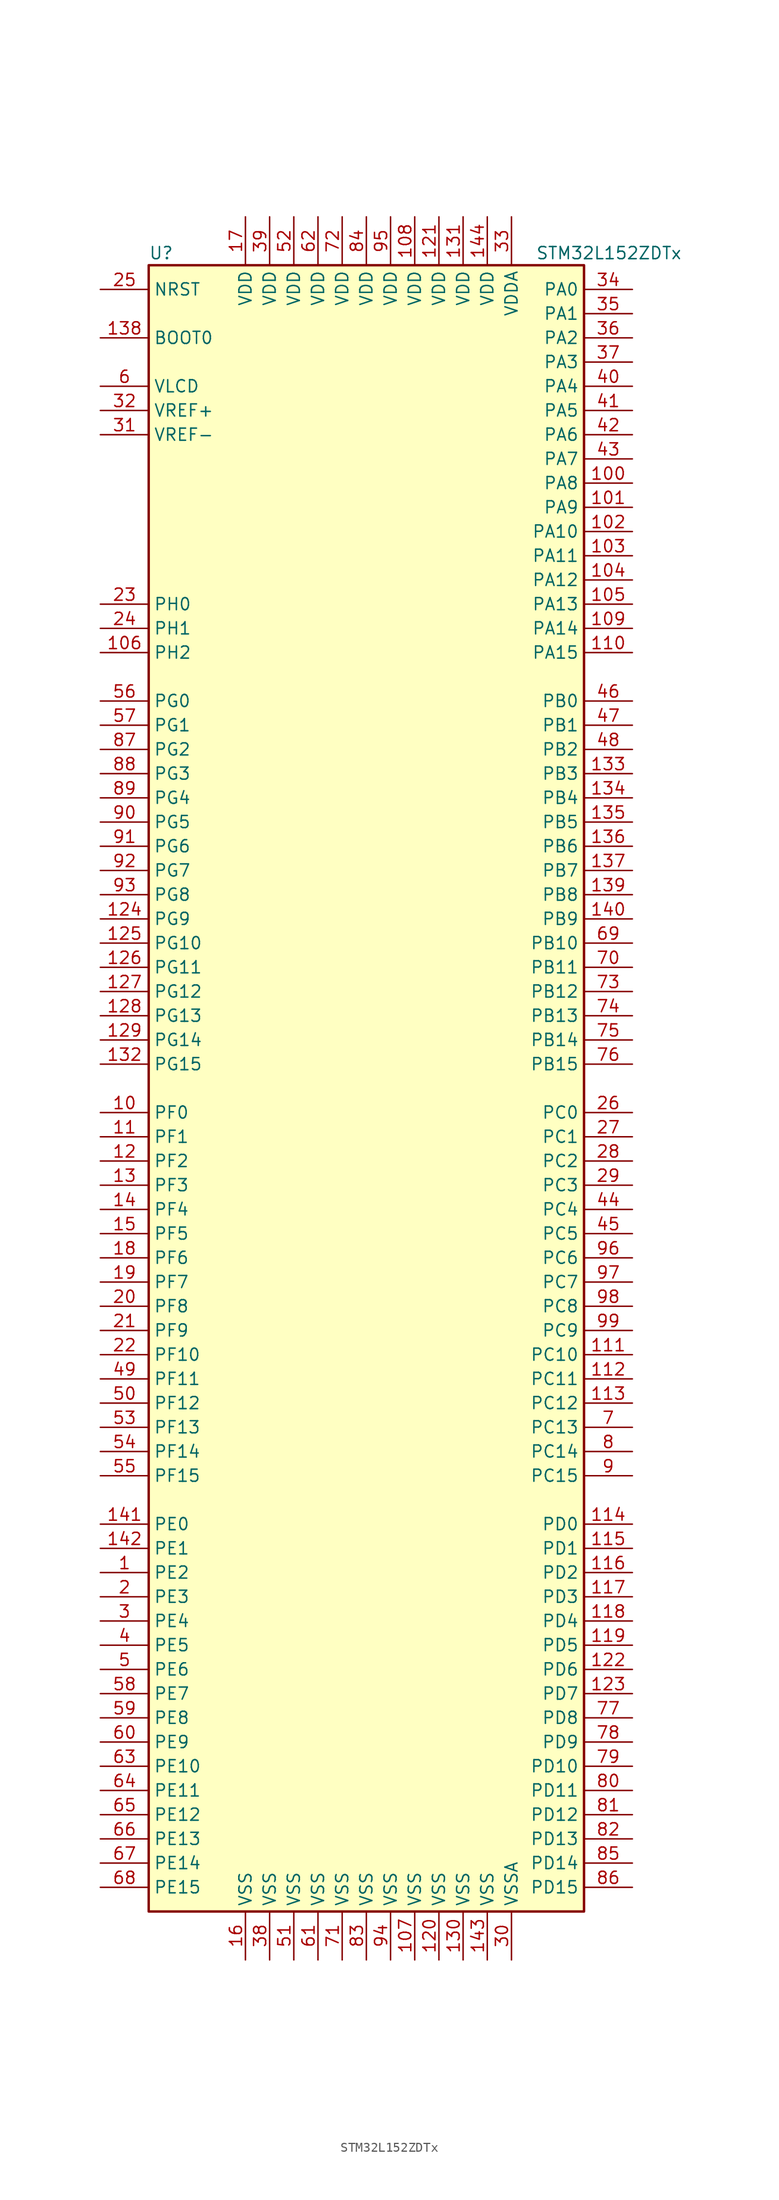
<source format=kicad_sym>
(kicad_symbol_lib
  (version 20201005)
  (generator kicad_symbol_editor)
  (symbol "STM32L152ZDTx"
    (property "Reference" "U"
      (at -22.86 87.63 0)
      (effects (font (size 1.27 1.27)) (justify left)))
    (property "Value" "STM32L152ZDTx"
      (at 17.78 87.63 0)
      (effects (font (size 1.27 1.27)) (justify left)))
    (symbol "STM32L152ZDTx_0_1"
      (rectangle (start -22.86 -86.36) (end 22.86 86.36) (stroke (width 0.254)) (fill (type background))))
    (symbol "STM32L152ZDTx_1_1"
      (pin input line (at -27.94 78.74 0) (length 5.08) (name "BOOT0" (effects (font (size 1.27 1.27)))) (number "138" (effects (font (size 1.27 1.27)))))
      (pin input line (at -27.94 83.82 0) (length 5.08) (name "NRST" (effects (font (size 1.27 1.27)))) (number "25" (effects (font (size 1.27 1.27)))))
      (pin bidirectional line (at 27.94 83.82 180) (length 5.08) (name "PA0" (effects (font (size 1.27 1.27)))) (number "34" (effects (font (size 1.27 1.27)))))
      (pin bidirectional line (at 27.94 81.28 180) (length 5.08) (name "PA1" (effects (font (size 1.27 1.27)))) (number "35" (effects (font (size 1.27 1.27)))))
      (pin bidirectional line (at 27.94 58.42 180) (length 5.08) (name "PA10" (effects (font (size 1.27 1.27)))) (number "102" (effects (font (size 1.27 1.27)))))
      (pin bidirectional line (at 27.94 55.88 180) (length 5.08) (name "PA11" (effects (font (size 1.27 1.27)))) (number "103" (effects (font (size 1.27 1.27)))))
      (pin bidirectional line (at 27.94 53.34 180) (length 5.08) (name "PA12" (effects (font (size 1.27 1.27)))) (number "104" (effects (font (size 1.27 1.27)))))
      (pin bidirectional line (at 27.94 50.8 180) (length 5.08) (name "PA13" (effects (font (size 1.27 1.27)))) (number "105" (effects (font (size 1.27 1.27)))))
      (pin bidirectional line (at 27.94 48.26 180) (length 5.08) (name "PA14" (effects (font (size 1.27 1.27)))) (number "109" (effects (font (size 1.27 1.27)))))
      (pin bidirectional line (at 27.94 45.72 180) (length 5.08) (name "PA15" (effects (font (size 1.27 1.27)))) (number "110" (effects (font (size 1.27 1.27)))))
      (pin bidirectional line (at 27.94 78.74 180) (length 5.08) (name "PA2" (effects (font (size 1.27 1.27)))) (number "36" (effects (font (size 1.27 1.27)))))
      (pin bidirectional line (at 27.94 76.2 180) (length 5.08) (name "PA3" (effects (font (size 1.27 1.27)))) (number "37" (effects (font (size 1.27 1.27)))))
      (pin bidirectional line (at 27.94 73.66 180) (length 5.08) (name "PA4" (effects (font (size 1.27 1.27)))) (number "40" (effects (font (size 1.27 1.27)))))
      (pin bidirectional line (at 27.94 71.12 180) (length 5.08) (name "PA5" (effects (font (size 1.27 1.27)))) (number "41" (effects (font (size 1.27 1.27)))))
      (pin bidirectional line (at 27.94 68.58 180) (length 5.08) (name "PA6" (effects (font (size 1.27 1.27)))) (number "42" (effects (font (size 1.27 1.27)))))
      (pin bidirectional line (at 27.94 66.04 180) (length 5.08) (name "PA7" (effects (font (size 1.27 1.27)))) (number "43" (effects (font (size 1.27 1.27)))))
      (pin bidirectional line (at 27.94 63.5 180) (length 5.08) (name "PA8" (effects (font (size 1.27 1.27)))) (number "100" (effects (font (size 1.27 1.27)))))
      (pin bidirectional line (at 27.94 60.96 180) (length 5.08) (name "PA9" (effects (font (size 1.27 1.27)))) (number "101" (effects (font (size 1.27 1.27)))))
      (pin bidirectional line (at 27.94 40.64 180) (length 5.08) (name "PB0" (effects (font (size 1.27 1.27)))) (number "46" (effects (font (size 1.27 1.27)))))
      (pin bidirectional line (at 27.94 38.1 180) (length 5.08) (name "PB1" (effects (font (size 1.27 1.27)))) (number "47" (effects (font (size 1.27 1.27)))))
      (pin bidirectional line (at 27.94 15.24 180) (length 5.08) (name "PB10" (effects (font (size 1.27 1.27)))) (number "69" (effects (font (size 1.27 1.27)))))
      (pin bidirectional line (at 27.94 12.7 180) (length 5.08) (name "PB11" (effects (font (size 1.27 1.27)))) (number "70" (effects (font (size 1.27 1.27)))))
      (pin bidirectional line (at 27.94 10.16 180) (length 5.08) (name "PB12" (effects (font (size 1.27 1.27)))) (number "73" (effects (font (size 1.27 1.27)))))
      (pin bidirectional line (at 27.94 7.62 180) (length 5.08) (name "PB13" (effects (font (size 1.27 1.27)))) (number "74" (effects (font (size 1.27 1.27)))))
      (pin bidirectional line (at 27.94 5.08 180) (length 5.08) (name "PB14" (effects (font (size 1.27 1.27)))) (number "75" (effects (font (size 1.27 1.27)))))
      (pin bidirectional line (at 27.94 2.54 180) (length 5.08) (name "PB15" (effects (font (size 1.27 1.27)))) (number "76" (effects (font (size 1.27 1.27)))))
      (pin bidirectional line (at 27.94 35.56 180) (length 5.08) (name "PB2" (effects (font (size 1.27 1.27)))) (number "48" (effects (font (size 1.27 1.27)))))
      (pin bidirectional line (at 27.94 33.02 180) (length 5.08) (name "PB3" (effects (font (size 1.27 1.27)))) (number "133" (effects (font (size 1.27 1.27)))))
      (pin bidirectional line (at 27.94 30.48 180) (length 5.08) (name "PB4" (effects (font (size 1.27 1.27)))) (number "134" (effects (font (size 1.27 1.27)))))
      (pin bidirectional line (at 27.94 27.94 180) (length 5.08) (name "PB5" (effects (font (size 1.27 1.27)))) (number "135" (effects (font (size 1.27 1.27)))))
      (pin bidirectional line (at 27.94 25.4 180) (length 5.08) (name "PB6" (effects (font (size 1.27 1.27)))) (number "136" (effects (font (size 1.27 1.27)))))
      (pin bidirectional line (at 27.94 22.86 180) (length 5.08) (name "PB7" (effects (font (size 1.27 1.27)))) (number "137" (effects (font (size 1.27 1.27)))))
      (pin bidirectional line (at 27.94 20.32 180) (length 5.08) (name "PB8" (effects (font (size 1.27 1.27)))) (number "139" (effects (font (size 1.27 1.27)))))
      (pin bidirectional line (at 27.94 17.78 180) (length 5.08) (name "PB9" (effects (font (size 1.27 1.27)))) (number "140" (effects (font (size 1.27 1.27)))))
      (pin bidirectional line (at 27.94 -2.54 180) (length 5.08) (name "PC0" (effects (font (size 1.27 1.27)))) (number "26" (effects (font (size 1.27 1.27)))))
      (pin bidirectional line (at 27.94 -5.08 180) (length 5.08) (name "PC1" (effects (font (size 1.27 1.27)))) (number "27" (effects (font (size 1.27 1.27)))))
      (pin bidirectional line (at 27.94 -27.94 180) (length 5.08) (name "PC10" (effects (font (size 1.27 1.27)))) (number "111" (effects (font (size 1.27 1.27)))))
      (pin bidirectional line (at 27.94 -30.48 180) (length 5.08) (name "PC11" (effects (font (size 1.27 1.27)))) (number "112" (effects (font (size 1.27 1.27)))))
      (pin bidirectional line (at 27.94 -33.02 180) (length 5.08) (name "PC12" (effects (font (size 1.27 1.27)))) (number "113" (effects (font (size 1.27 1.27)))))
      (pin bidirectional line (at 27.94 -35.56 180) (length 5.08) (name "PC13" (effects (font (size 1.27 1.27)))) (number "7" (effects (font (size 1.27 1.27)))))
      (pin bidirectional line (at 27.94 -38.1 180) (length 5.08) (name "PC14" (effects (font (size 1.27 1.27)))) (number "8" (effects (font (size 1.27 1.27)))))
      (pin bidirectional line (at 27.94 -40.64 180) (length 5.08) (name "PC15" (effects (font (size 1.27 1.27)))) (number "9" (effects (font (size 1.27 1.27)))))
      (pin bidirectional line (at 27.94 -7.62 180) (length 5.08) (name "PC2" (effects (font (size 1.27 1.27)))) (number "28" (effects (font (size 1.27 1.27)))))
      (pin bidirectional line (at 27.94 -10.16 180) (length 5.08) (name "PC3" (effects (font (size 1.27 1.27)))) (number "29" (effects (font (size 1.27 1.27)))))
      (pin bidirectional line (at 27.94 -12.7 180) (length 5.08) (name "PC4" (effects (font (size 1.27 1.27)))) (number "44" (effects (font (size 1.27 1.27)))))
      (pin bidirectional line (at 27.94 -15.24 180) (length 5.08) (name "PC5" (effects (font (size 1.27 1.27)))) (number "45" (effects (font (size 1.27 1.27)))))
      (pin bidirectional line (at 27.94 -17.78 180) (length 5.08) (name "PC6" (effects (font (size 1.27 1.27)))) (number "96" (effects (font (size 1.27 1.27)))))
      (pin bidirectional line (at 27.94 -20.32 180) (length 5.08) (name "PC7" (effects (font (size 1.27 1.27)))) (number "97" (effects (font (size 1.27 1.27)))))
      (pin bidirectional line (at 27.94 -22.86 180) (length 5.08) (name "PC8" (effects (font (size 1.27 1.27)))) (number "98" (effects (font (size 1.27 1.27)))))
      (pin bidirectional line (at 27.94 -25.4 180) (length 5.08) (name "PC9" (effects (font (size 1.27 1.27)))) (number "99" (effects (font (size 1.27 1.27)))))
      (pin bidirectional line (at 27.94 -45.72 180) (length 5.08) (name "PD0" (effects (font (size 1.27 1.27)))) (number "114" (effects (font (size 1.27 1.27)))))
      (pin bidirectional line (at 27.94 -48.26 180) (length 5.08) (name "PD1" (effects (font (size 1.27 1.27)))) (number "115" (effects (font (size 1.27 1.27)))))
      (pin bidirectional line (at 27.94 -71.12 180) (length 5.08) (name "PD10" (effects (font (size 1.27 1.27)))) (number "79" (effects (font (size 1.27 1.27)))))
      (pin bidirectional line (at 27.94 -73.66 180) (length 5.08) (name "PD11" (effects (font (size 1.27 1.27)))) (number "80" (effects (font (size 1.27 1.27)))))
      (pin bidirectional line (at 27.94 -76.2 180) (length 5.08) (name "PD12" (effects (font (size 1.27 1.27)))) (number "81" (effects (font (size 1.27 1.27)))))
      (pin bidirectional line (at 27.94 -78.74 180) (length 5.08) (name "PD13" (effects (font (size 1.27 1.27)))) (number "82" (effects (font (size 1.27 1.27)))))
      (pin bidirectional line (at 27.94 -81.28 180) (length 5.08) (name "PD14" (effects (font (size 1.27 1.27)))) (number "85" (effects (font (size 1.27 1.27)))))
      (pin bidirectional line (at 27.94 -83.82 180) (length 5.08) (name "PD15" (effects (font (size 1.27 1.27)))) (number "86" (effects (font (size 1.27 1.27)))))
      (pin bidirectional line (at 27.94 -50.8 180) (length 5.08) (name "PD2" (effects (font (size 1.27 1.27)))) (number "116" (effects (font (size 1.27 1.27)))))
      (pin bidirectional line (at 27.94 -53.34 180) (length 5.08) (name "PD3" (effects (font (size 1.27 1.27)))) (number "117" (effects (font (size 1.27 1.27)))))
      (pin bidirectional line (at 27.94 -55.88 180) (length 5.08) (name "PD4" (effects (font (size 1.27 1.27)))) (number "118" (effects (font (size 1.27 1.27)))))
      (pin bidirectional line (at 27.94 -58.42 180) (length 5.08) (name "PD5" (effects (font (size 1.27 1.27)))) (number "119" (effects (font (size 1.27 1.27)))))
      (pin bidirectional line (at 27.94 -60.96 180) (length 5.08) (name "PD6" (effects (font (size 1.27 1.27)))) (number "122" (effects (font (size 1.27 1.27)))))
      (pin bidirectional line (at 27.94 -63.5 180) (length 5.08) (name "PD7" (effects (font (size 1.27 1.27)))) (number "123" (effects (font (size 1.27 1.27)))))
      (pin bidirectional line (at 27.94 -66.04 180) (length 5.08) (name "PD8" (effects (font (size 1.27 1.27)))) (number "77" (effects (font (size 1.27 1.27)))))
      (pin bidirectional line (at 27.94 -68.58 180) (length 5.08) (name "PD9" (effects (font (size 1.27 1.27)))) (number "78" (effects (font (size 1.27 1.27)))))
      (pin bidirectional line (at -27.94 -45.72 0) (length 5.08) (name "PE0" (effects (font (size 1.27 1.27)))) (number "141" (effects (font (size 1.27 1.27)))))
      (pin bidirectional line (at -27.94 -48.26 0) (length 5.08) (name "PE1" (effects (font (size 1.27 1.27)))) (number "142" (effects (font (size 1.27 1.27)))))
      (pin bidirectional line (at -27.94 -71.12 0) (length 5.08) (name "PE10" (effects (font (size 1.27 1.27)))) (number "63" (effects (font (size 1.27 1.27)))))
      (pin bidirectional line (at -27.94 -73.66 0) (length 5.08) (name "PE11" (effects (font (size 1.27 1.27)))) (number "64" (effects (font (size 1.27 1.27)))))
      (pin bidirectional line (at -27.94 -76.2 0) (length 5.08) (name "PE12" (effects (font (size 1.27 1.27)))) (number "65" (effects (font (size 1.27 1.27)))))
      (pin bidirectional line (at -27.94 -78.74 0) (length 5.08) (name "PE13" (effects (font (size 1.27 1.27)))) (number "66" (effects (font (size 1.27 1.27)))))
      (pin bidirectional line (at -27.94 -81.28 0) (length 5.08) (name "PE14" (effects (font (size 1.27 1.27)))) (number "67" (effects (font (size 1.27 1.27)))))
      (pin bidirectional line (at -27.94 -83.82 0) (length 5.08) (name "PE15" (effects (font (size 1.27 1.27)))) (number "68" (effects (font (size 1.27 1.27)))))
      (pin bidirectional line (at -27.94 -50.8 0) (length 5.08) (name "PE2" (effects (font (size 1.27 1.27)))) (number "1" (effects (font (size 1.27 1.27)))))
      (pin bidirectional line (at -27.94 -53.34 0) (length 5.08) (name "PE3" (effects (font (size 1.27 1.27)))) (number "2" (effects (font (size 1.27 1.27)))))
      (pin bidirectional line (at -27.94 -55.88 0) (length 5.08) (name "PE4" (effects (font (size 1.27 1.27)))) (number "3" (effects (font (size 1.27 1.27)))))
      (pin bidirectional line (at -27.94 -58.42 0) (length 5.08) (name "PE5" (effects (font (size 1.27 1.27)))) (number "4" (effects (font (size 1.27 1.27)))))
      (pin bidirectional line (at -27.94 -60.96 0) (length 5.08) (name "PE6" (effects (font (size 1.27 1.27)))) (number "5" (effects (font (size 1.27 1.27)))))
      (pin bidirectional line (at -27.94 -63.5 0) (length 5.08) (name "PE7" (effects (font (size 1.27 1.27)))) (number "58" (effects (font (size 1.27 1.27)))))
      (pin bidirectional line (at -27.94 -66.04 0) (length 5.08) (name "PE8" (effects (font (size 1.27 1.27)))) (number "59" (effects (font (size 1.27 1.27)))))
      (pin bidirectional line (at -27.94 -68.58 0) (length 5.08) (name "PE9" (effects (font (size 1.27 1.27)))) (number "60" (effects (font (size 1.27 1.27)))))
      (pin bidirectional line (at -27.94 -2.54 0) (length 5.08) (name "PF0" (effects (font (size 1.27 1.27)))) (number "10" (effects (font (size 1.27 1.27)))))
      (pin bidirectional line (at -27.94 -5.08 0) (length 5.08) (name "PF1" (effects (font (size 1.27 1.27)))) (number "11" (effects (font (size 1.27 1.27)))))
      (pin bidirectional line (at -27.94 -27.94 0) (length 5.08) (name "PF10" (effects (font (size 1.27 1.27)))) (number "22" (effects (font (size 1.27 1.27)))))
      (pin bidirectional line (at -27.94 -30.48 0) (length 5.08) (name "PF11" (effects (font (size 1.27 1.27)))) (number "49" (effects (font (size 1.27 1.27)))))
      (pin bidirectional line (at -27.94 -33.02 0) (length 5.08) (name "PF12" (effects (font (size 1.27 1.27)))) (number "50" (effects (font (size 1.27 1.27)))))
      (pin bidirectional line (at -27.94 -35.56 0) (length 5.08) (name "PF13" (effects (font (size 1.27 1.27)))) (number "53" (effects (font (size 1.27 1.27)))))
      (pin bidirectional line (at -27.94 -38.1 0) (length 5.08) (name "PF14" (effects (font (size 1.27 1.27)))) (number "54" (effects (font (size 1.27 1.27)))))
      (pin bidirectional line (at -27.94 -40.64 0) (length 5.08) (name "PF15" (effects (font (size 1.27 1.27)))) (number "55" (effects (font (size 1.27 1.27)))))
      (pin bidirectional line (at -27.94 -7.62 0) (length 5.08) (name "PF2" (effects (font (size 1.27 1.27)))) (number "12" (effects (font (size 1.27 1.27)))))
      (pin bidirectional line (at -27.94 -10.16 0) (length 5.08) (name "PF3" (effects (font (size 1.27 1.27)))) (number "13" (effects (font (size 1.27 1.27)))))
      (pin bidirectional line (at -27.94 -12.7 0) (length 5.08) (name "PF4" (effects (font (size 1.27 1.27)))) (number "14" (effects (font (size 1.27 1.27)))))
      (pin bidirectional line (at -27.94 -15.24 0) (length 5.08) (name "PF5" (effects (font (size 1.27 1.27)))) (number "15" (effects (font (size 1.27 1.27)))))
      (pin bidirectional line (at -27.94 -17.78 0) (length 5.08) (name "PF6" (effects (font (size 1.27 1.27)))) (number "18" (effects (font (size 1.27 1.27)))))
      (pin bidirectional line (at -27.94 -20.32 0) (length 5.08) (name "PF7" (effects (font (size 1.27 1.27)))) (number "19" (effects (font (size 1.27 1.27)))))
      (pin bidirectional line (at -27.94 -22.86 0) (length 5.08) (name "PF8" (effects (font (size 1.27 1.27)))) (number "20" (effects (font (size 1.27 1.27)))))
      (pin bidirectional line (at -27.94 -25.4 0) (length 5.08) (name "PF9" (effects (font (size 1.27 1.27)))) (number "21" (effects (font (size 1.27 1.27)))))
      (pin bidirectional line (at -27.94 40.64 0) (length 5.08) (name "PG0" (effects (font (size 1.27 1.27)))) (number "56" (effects (font (size 1.27 1.27)))))
      (pin bidirectional line (at -27.94 38.1 0) (length 5.08) (name "PG1" (effects (font (size 1.27 1.27)))) (number "57" (effects (font (size 1.27 1.27)))))
      (pin bidirectional line (at -27.94 15.24 0) (length 5.08) (name "PG10" (effects (font (size 1.27 1.27)))) (number "125" (effects (font (size 1.27 1.27)))))
      (pin bidirectional line (at -27.94 12.7 0) (length 5.08) (name "PG11" (effects (font (size 1.27 1.27)))) (number "126" (effects (font (size 1.27 1.27)))))
      (pin bidirectional line (at -27.94 10.16 0) (length 5.08) (name "PG12" (effects (font (size 1.27 1.27)))) (number "127" (effects (font (size 1.27 1.27)))))
      (pin bidirectional line (at -27.94 7.62 0) (length 5.08) (name "PG13" (effects (font (size 1.27 1.27)))) (number "128" (effects (font (size 1.27 1.27)))))
      (pin bidirectional line (at -27.94 5.08 0) (length 5.08) (name "PG14" (effects (font (size 1.27 1.27)))) (number "129" (effects (font (size 1.27 1.27)))))
      (pin bidirectional line (at -27.94 2.54 0) (length 5.08) (name "PG15" (effects (font (size 1.27 1.27)))) (number "132" (effects (font (size 1.27 1.27)))))
      (pin bidirectional line (at -27.94 35.56 0) (length 5.08) (name "PG2" (effects (font (size 1.27 1.27)))) (number "87" (effects (font (size 1.27 1.27)))))
      (pin bidirectional line (at -27.94 33.02 0) (length 5.08) (name "PG3" (effects (font (size 1.27 1.27)))) (number "88" (effects (font (size 1.27 1.27)))))
      (pin bidirectional line (at -27.94 30.48 0) (length 5.08) (name "PG4" (effects (font (size 1.27 1.27)))) (number "89" (effects (font (size 1.27 1.27)))))
      (pin bidirectional line (at -27.94 27.94 0) (length 5.08) (name "PG5" (effects (font (size 1.27 1.27)))) (number "90" (effects (font (size 1.27 1.27)))))
      (pin bidirectional line (at -27.94 25.4 0) (length 5.08) (name "PG6" (effects (font (size 1.27 1.27)))) (number "91" (effects (font (size 1.27 1.27)))))
      (pin bidirectional line (at -27.94 22.86 0) (length 5.08) (name "PG7" (effects (font (size 1.27 1.27)))) (number "92" (effects (font (size 1.27 1.27)))))
      (pin bidirectional line (at -27.94 20.32 0) (length 5.08) (name "PG8" (effects (font (size 1.27 1.27)))) (number "93" (effects (font (size 1.27 1.27)))))
      (pin bidirectional line (at -27.94 17.78 0) (length 5.08) (name "PG9" (effects (font (size 1.27 1.27)))) (number "124" (effects (font (size 1.27 1.27)))))
      (pin input line (at -27.94 50.8 0) (length 5.08) (name "PH0" (effects (font (size 1.27 1.27)))) (number "23" (effects (font (size 1.27 1.27)))))
      (pin input line (at -27.94 48.26 0) (length 5.08) (name "PH1" (effects (font (size 1.27 1.27)))) (number "24" (effects (font (size 1.27 1.27)))))
      (pin bidirectional line (at -27.94 45.72 0) (length 5.08) (name "PH2" (effects (font (size 1.27 1.27)))) (number "106" (effects (font (size 1.27 1.27)))))
      (pin power_in line (at 5.08 91.44 270) (length 5.08) (name "VDD" (effects (font (size 1.27 1.27)))) (number "108" (effects (font (size 1.27 1.27)))))
      (pin power_in line (at 7.62 91.44 270) (length 5.08) (name "VDD" (effects (font (size 1.27 1.27)))) (number "121" (effects (font (size 1.27 1.27)))))
      (pin power_in line (at 10.16 91.44 270) (length 5.08) (name "VDD" (effects (font (size 1.27 1.27)))) (number "131" (effects (font (size 1.27 1.27)))))
      (pin power_in line (at 12.7 91.44 270) (length 5.08) (name "VDD" (effects (font (size 1.27 1.27)))) (number "144" (effects (font (size 1.27 1.27)))))
      (pin power_in line (at -12.7 91.44 270) (length 5.08) (name "VDD" (effects (font (size 1.27 1.27)))) (number "17" (effects (font (size 1.27 1.27)))))
      (pin power_in line (at -10.16 91.44 270) (length 5.08) (name "VDD" (effects (font (size 1.27 1.27)))) (number "39" (effects (font (size 1.27 1.27)))))
      (pin power_in line (at -7.62 91.44 270) (length 5.08) (name "VDD" (effects (font (size 1.27 1.27)))) (number "52" (effects (font (size 1.27 1.27)))))
      (pin power_in line (at -5.08 91.44 270) (length 5.08) (name "VDD" (effects (font (size 1.27 1.27)))) (number "62" (effects (font (size 1.27 1.27)))))
      (pin power_in line (at -2.54 91.44 270) (length 5.08) (name "VDD" (effects (font (size 1.27 1.27)))) (number "72" (effects (font (size 1.27 1.27)))))
      (pin power_in line (at 0 91.44 270) (length 5.08) (name "VDD" (effects (font (size 1.27 1.27)))) (number "84" (effects (font (size 1.27 1.27)))))
      (pin power_in line (at 2.54 91.44 270) (length 5.08) (name "VDD" (effects (font (size 1.27 1.27)))) (number "95" (effects (font (size 1.27 1.27)))))
      (pin power_in line (at 15.24 91.44 270) (length 5.08) (name "VDDA" (effects (font (size 1.27 1.27)))) (number "33" (effects (font (size 1.27 1.27)))))
      (pin power_in line (at -27.94 73.66 0) (length 5.08) (name "VLCD" (effects (font (size 1.27 1.27)))) (number "6" (effects (font (size 1.27 1.27)))))
      (pin power_in line (at -27.94 71.12 0) (length 5.08) (name "VREF+" (effects (font (size 1.27 1.27)))) (number "32" (effects (font (size 1.27 1.27)))))
      (pin power_in line (at -27.94 68.58 0) (length 5.08) (name "VREF-" (effects (font (size 1.27 1.27)))) (number "31" (effects (font (size 1.27 1.27)))))
      (pin power_in line (at 5.08 -91.44 90) (length 5.08) (name "VSS" (effects (font (size 1.27 1.27)))) (number "107" (effects (font (size 1.27 1.27)))))
      (pin power_in line (at 7.62 -91.44 90) (length 5.08) (name "VSS" (effects (font (size 1.27 1.27)))) (number "120" (effects (font (size 1.27 1.27)))))
      (pin power_in line (at 10.16 -91.44 90) (length 5.08) (name "VSS" (effects (font (size 1.27 1.27)))) (number "130" (effects (font (size 1.27 1.27)))))
      (pin power_in line (at 12.7 -91.44 90) (length 5.08) (name "VSS" (effects (font (size 1.27 1.27)))) (number "143" (effects (font (size 1.27 1.27)))))
      (pin power_in line (at -12.7 -91.44 90) (length 5.08) (name "VSS" (effects (font (size 1.27 1.27)))) (number "16" (effects (font (size 1.27 1.27)))))
      (pin power_in line (at -10.16 -91.44 90) (length 5.08) (name "VSS" (effects (font (size 1.27 1.27)))) (number "38" (effects (font (size 1.27 1.27)))))
      (pin power_in line (at -7.62 -91.44 90) (length 5.08) (name "VSS" (effects (font (size 1.27 1.27)))) (number "51" (effects (font (size 1.27 1.27)))))
      (pin power_in line (at -5.08 -91.44 90) (length 5.08) (name "VSS" (effects (font (size 1.27 1.27)))) (number "61" (effects (font (size 1.27 1.27)))))
      (pin power_in line (at -2.54 -91.44 90) (length 5.08) (name "VSS" (effects (font (size 1.27 1.27)))) (number "71" (effects (font (size 1.27 1.27)))))
      (pin power_in line (at 0 -91.44 90) (length 5.08) (name "VSS" (effects (font (size 1.27 1.27)))) (number "83" (effects (font (size 1.27 1.27)))))
      (pin power_in line (at 2.54 -91.44 90) (length 5.08) (name "VSS" (effects (font (size 1.27 1.27)))) (number "94" (effects (font (size 1.27 1.27)))))
      (pin power_in line (at 15.24 -91.44 90) (length 5.08) (name "VSSA" (effects (font (size 1.27 1.27)))) (number "30" (effects (font (size 1.27 1.27))))))))
</source>
